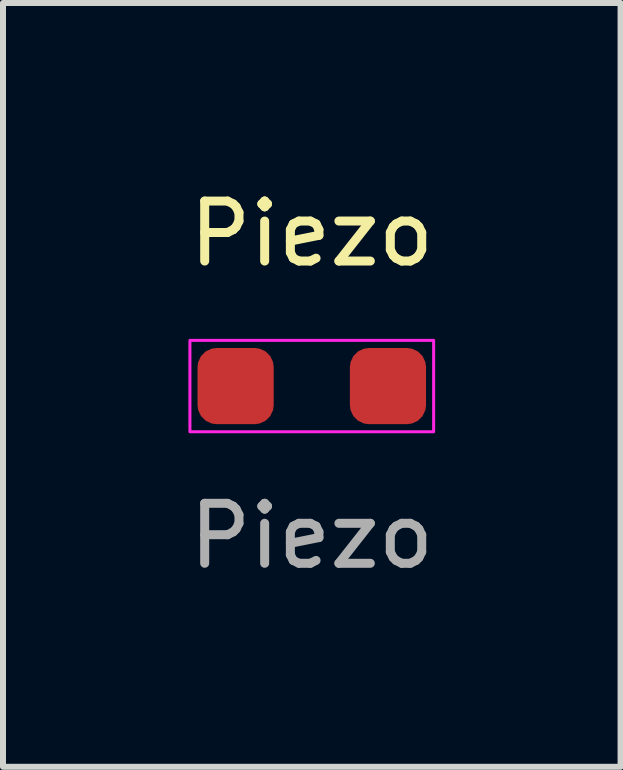
<source format=kicad_pcb>
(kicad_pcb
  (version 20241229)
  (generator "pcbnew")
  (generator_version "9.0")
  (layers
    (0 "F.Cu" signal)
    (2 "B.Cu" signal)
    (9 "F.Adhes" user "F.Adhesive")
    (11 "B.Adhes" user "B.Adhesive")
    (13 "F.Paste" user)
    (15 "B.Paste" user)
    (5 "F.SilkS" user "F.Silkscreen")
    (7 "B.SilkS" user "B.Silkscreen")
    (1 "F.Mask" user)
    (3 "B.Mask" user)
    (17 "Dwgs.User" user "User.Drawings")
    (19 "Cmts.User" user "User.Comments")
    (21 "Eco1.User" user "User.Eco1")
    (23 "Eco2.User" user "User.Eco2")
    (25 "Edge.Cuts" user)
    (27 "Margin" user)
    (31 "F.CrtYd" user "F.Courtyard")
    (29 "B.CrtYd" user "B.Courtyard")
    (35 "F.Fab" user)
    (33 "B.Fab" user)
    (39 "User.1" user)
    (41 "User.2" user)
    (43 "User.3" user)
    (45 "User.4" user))
  (footprint "Piezo"
    (layer "F.Cu")
    (at 2.149 3.388)
    (property "Reference" "Piezo" (at 0 -2.54 0) (unlocked yes) (layer "F.SilkS") (effects (font (size 1 1) (thickness 0.15))))
    (attr smd)
    (fp_rect (start -2.032 -0.762) (end 2.032 0.762) (stroke (width 0.05) (type solid)) (fill no) (layer "F.CrtYd"))
    (fp_text user "${REFERENCE}" (at 0 2.5 0) (unlocked yes) (layer "F.Fab") (effects (font (size 1 1) (thickness 0.15))))
    (pad "1" smd roundrect (at -1.27 0) (size 1.27 1.27) (layers "F.Cu" "F.Mask" "F.Paste") (roundrect_rratio 0.25))
    (pad "2" smd roundrect (at 1.27 0) (size 1.27 1.27) (layers "F.Cu" "F.Mask" "F.Paste") (roundrect_rratio 0.25)))
  (gr_rect
    (start -3 -3)
    (end 7.298 9.736)
    (stroke (width 0.1) (type default))
    (fill no)
    (layer "Edge.Cuts")))
</source>
